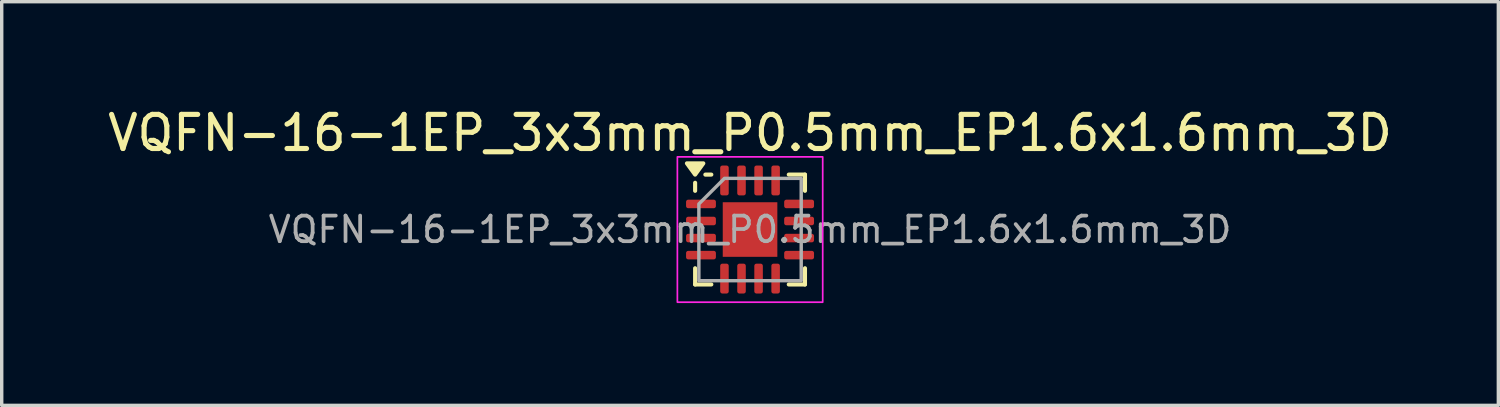
<source format=kicad_pcb>
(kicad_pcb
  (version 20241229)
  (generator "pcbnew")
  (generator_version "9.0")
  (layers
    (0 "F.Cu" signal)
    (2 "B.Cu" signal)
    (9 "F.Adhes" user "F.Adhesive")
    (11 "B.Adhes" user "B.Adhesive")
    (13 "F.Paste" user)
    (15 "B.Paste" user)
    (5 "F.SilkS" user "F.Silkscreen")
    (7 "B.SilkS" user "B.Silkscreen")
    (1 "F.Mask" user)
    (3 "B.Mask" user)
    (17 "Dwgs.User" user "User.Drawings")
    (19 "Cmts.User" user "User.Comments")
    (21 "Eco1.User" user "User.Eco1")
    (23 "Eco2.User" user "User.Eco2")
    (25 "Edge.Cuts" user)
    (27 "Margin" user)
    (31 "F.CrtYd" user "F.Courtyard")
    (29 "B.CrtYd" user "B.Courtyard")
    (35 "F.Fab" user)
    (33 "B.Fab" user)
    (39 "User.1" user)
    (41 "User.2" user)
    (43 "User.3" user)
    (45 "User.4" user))
  (footprint "VQFN-16-1EP_3x3mm_P0.5mm_EP1.6x1.6mm_3D"
    (layer "F.Cu")
    (at 18.935 3.678)
    (property "Reference" "VQFN-16-1EP_3x3mm_P0.5mm_EP1.6x1.6mm_3D" (at 0 -2.83 0) (layer "F.SilkS") (effects (font (size 1 1) (thickness 0.15))))
    (attr smd)
    (fp_line (start -1.61 -1.135) (end -1.61 -1.37) (stroke (width 0.12) (type solid)) (layer "F.SilkS"))
    (fp_line (start -1.61 1.61) (end -1.61 1.135) (stroke (width 0.12) (type solid)) (layer "F.SilkS"))
    (fp_line (start -1.135 -1.61) (end -1.31 -1.61) (stroke (width 0.12) (type solid)) (layer "F.SilkS"))
    (fp_line (start -1.135 1.61) (end -1.61 1.61) (stroke (width 0.12) (type solid)) (layer "F.SilkS"))
    (fp_line (start 1.135 -1.61) (end 1.61 -1.61) (stroke (width 0.12) (type solid)) (layer "F.SilkS"))
    (fp_line (start 1.135 1.61) (end 1.61 1.61) (stroke (width 0.12) (type solid)) (layer "F.SilkS"))
    (fp_line (start 1.61 -1.61) (end 1.61 -1.135) (stroke (width 0.12) (type solid)) (layer "F.SilkS"))
    (fp_line (start 1.61 1.61) (end 1.61 1.135) (stroke (width 0.12) (type solid)) (layer "F.SilkS"))
    (fp_poly (pts (xy -1.61 -1.61) (xy -1.85 -1.94) (xy -1.37 -1.94)) (stroke (width 0.12) (type solid)) (fill yes) (layer "F.SilkS"))
    (fp_rect (start -2.13 -2.13) (end 2.13 2.13) (stroke (width 0.05) (type solid)) (fill no) (layer "F.CrtYd"))
    (fp_poly (pts (xy -1.5 -0.75) (xy -1.5 1.5) (xy 1.5 1.5) (xy 1.5 -1.5) (xy -0.75 -1.5)) (stroke (width 0.1) (type solid)) (fill no) (layer "F.Fab"))
    (fp_text user "${REFERENCE}" (at 0 0 0) (layer "F.Fab") (effects (font (size 0.75 0.75) (thickness 0.11))))
    (pad "" smd roundrect (at -0.4 -0.4) (size 0.64 0.64) (layers "F.Paste") (roundrect_rratio 0.25))
    (pad "" smd roundrect (at -0.4 0.4) (size 0.64 0.64) (layers "F.Paste") (roundrect_rratio 0.25))
    (pad "" smd roundrect (at 0.4 -0.4) (size 0.64 0.64) (layers "F.Paste") (roundrect_rratio 0.25))
    (pad "" smd roundrect (at 0.4 0.4) (size 0.64 0.64) (layers "F.Paste") (roundrect_rratio 0.25))
    (pad "1" smd roundrect (at -1.438 -0.75) (size 0.875 0.25) (layers "F.Cu" "F.Mask" "F.Paste") (roundrect_rratio 0.25))
    (pad "2" smd roundrect (at -1.438 -0.25) (size 0.875 0.25) (layers "F.Cu" "F.Mask" "F.Paste") (roundrect_rratio 0.25))
    (pad "3" smd roundrect (at -1.438 0.25) (size 0.875 0.25) (layers "F.Cu" "F.Mask" "F.Paste") (roundrect_rratio 0.25))
    (pad "4" smd roundrect (at -1.438 0.75) (size 0.875 0.25) (layers "F.Cu" "F.Mask" "F.Paste") (roundrect_rratio 0.25))
    (pad "5" smd roundrect (at -0.75 1.438) (size 0.25 0.875) (layers "F.Cu" "F.Mask" "F.Paste") (roundrect_rratio 0.25))
    (pad "6" smd roundrect (at -0.25 1.438) (size 0.25 0.875) (layers "F.Cu" "F.Mask" "F.Paste") (roundrect_rratio 0.25))
    (pad "7" smd roundrect (at 0.25 1.438) (size 0.25 0.875) (layers "F.Cu" "F.Mask" "F.Paste") (roundrect_rratio 0.25))
    (pad "8" smd roundrect (at 0.75 1.438) (size 0.25 0.875) (layers "F.Cu" "F.Mask" "F.Paste") (roundrect_rratio 0.25))
    (pad "9" smd roundrect (at 1.438 0.75) (size 0.875 0.25) (layers "F.Cu" "F.Mask" "F.Paste") (roundrect_rratio 0.25))
    (pad "10" smd roundrect (at 1.438 0.25) (size 0.875 0.25) (layers "F.Cu" "F.Mask" "F.Paste") (roundrect_rratio 0.25))
    (pad "11" smd roundrect (at 1.438 -0.25) (size 0.875 0.25) (layers "F.Cu" "F.Mask" "F.Paste") (roundrect_rratio 0.25))
    (pad "12" smd roundrect (at 1.438 -0.75) (size 0.875 0.25) (layers "F.Cu" "F.Mask" "F.Paste") (roundrect_rratio 0.25))
    (pad "13" smd roundrect (at 0.75 -1.438) (size 0.25 0.875) (layers "F.Cu" "F.Mask" "F.Paste") (roundrect_rratio 0.25))
    (pad "14" smd roundrect (at 0.25 -1.438) (size 0.25 0.875) (layers "F.Cu" "F.Mask" "F.Paste") (roundrect_rratio 0.25))
    (pad "15" smd roundrect (at -0.25 -1.438) (size 0.25 0.875) (layers "F.Cu" "F.Mask" "F.Paste") (roundrect_rratio 0.25))
    (pad "16" smd roundrect (at -0.75 -1.438) (size 0.25 0.875) (layers "F.Cu" "F.Mask" "F.Paste") (roundrect_rratio 0.25))
    (pad "17" smd rect (at 0 0) (size 1.6 1.6) (property pad_prop_heatsink) (layers "F.Cu" "F.Mask")))
  (gr_rect
    (start -3 -3)
    (end 40.869 8.833)
    (stroke (width 0.1) (type default))
    (fill no)
    (layer "Edge.Cuts")))
</source>
